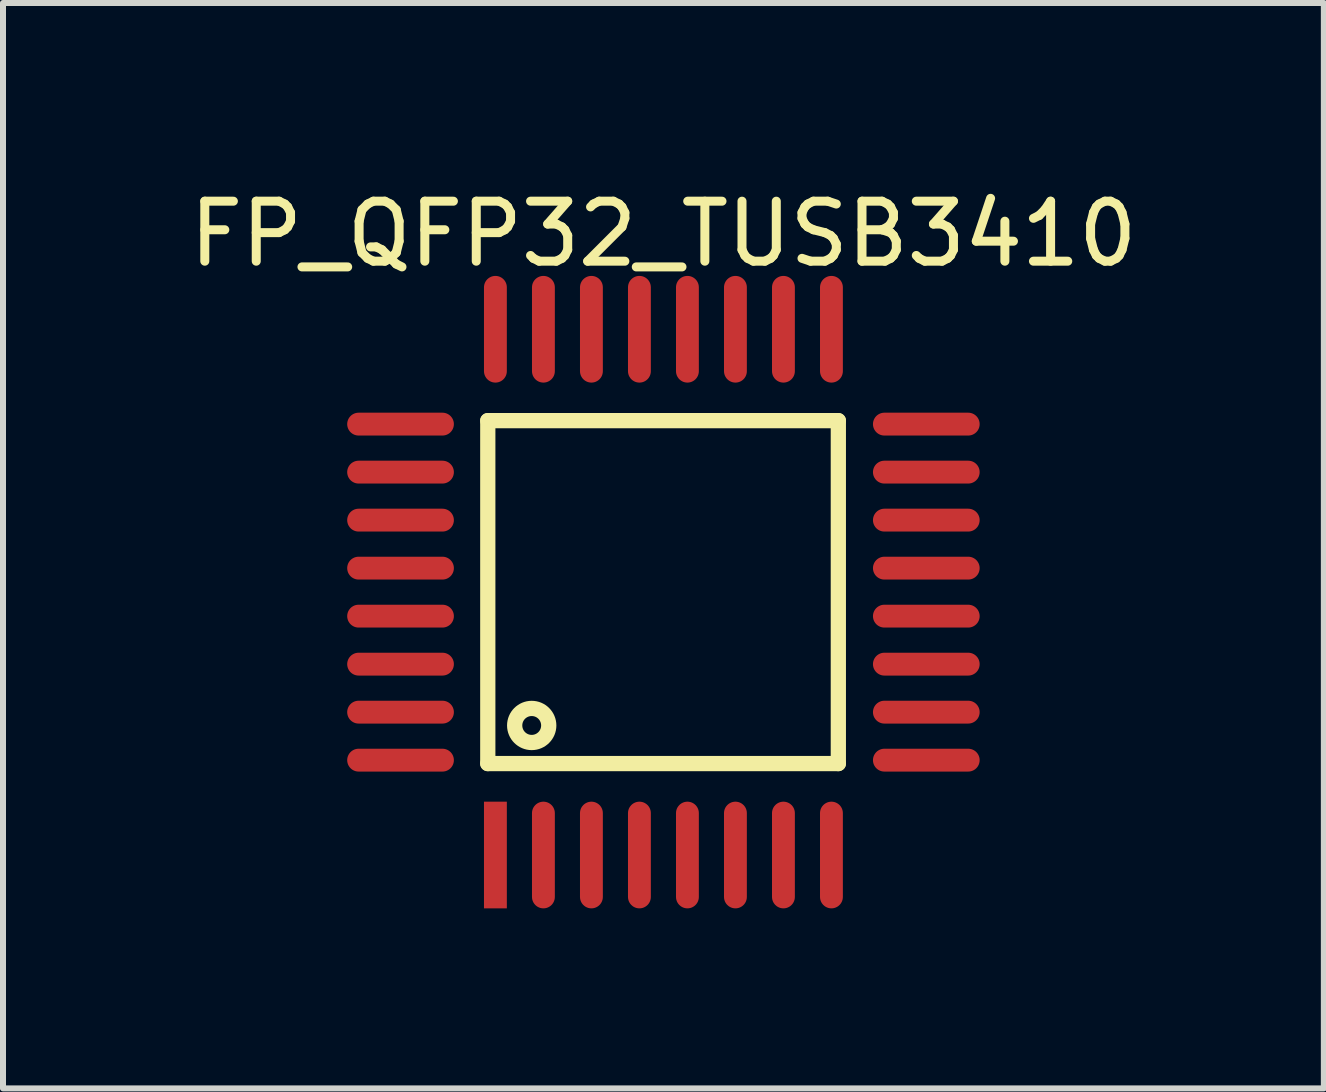
<source format=kicad_pcb>
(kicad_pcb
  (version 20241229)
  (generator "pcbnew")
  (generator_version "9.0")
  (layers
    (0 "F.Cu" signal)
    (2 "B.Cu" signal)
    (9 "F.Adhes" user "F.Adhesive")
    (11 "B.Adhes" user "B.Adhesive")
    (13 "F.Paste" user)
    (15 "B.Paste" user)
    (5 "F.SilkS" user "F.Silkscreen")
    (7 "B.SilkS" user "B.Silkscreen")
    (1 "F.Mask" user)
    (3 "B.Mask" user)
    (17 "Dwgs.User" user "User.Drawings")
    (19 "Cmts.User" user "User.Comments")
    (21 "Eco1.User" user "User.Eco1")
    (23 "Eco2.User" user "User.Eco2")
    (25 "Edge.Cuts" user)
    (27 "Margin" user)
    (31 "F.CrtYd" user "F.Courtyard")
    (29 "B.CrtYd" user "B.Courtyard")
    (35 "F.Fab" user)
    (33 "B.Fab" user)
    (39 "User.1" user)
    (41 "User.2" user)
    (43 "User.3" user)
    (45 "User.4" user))
  (footprint "FP_QFP32_TUSB3410"
    (layer "F.Cu")
    (at 5.206 10.818)
    (property "Reference" "FP_QFP32_TUSB3410" (at 2.8 -9.97 0) (layer "F.SilkS") (effects (font (size 1 1) (thickness 0.15))))
    (fp_line (start -0.127 -6.858) (end 5.715 -6.858) (stroke (width 0.254) (type solid)) (layer "F.SilkS"))
    (fp_line (start -0.127 -1.143) (end -0.127 -6.858) (stroke (width 0.254) (type solid)) (layer "F.SilkS"))
    (fp_line (start -0.127 -1.143) (end 5.715 -1.143) (stroke (width 0.254) (type solid)) (layer "F.SilkS"))
    (fp_line (start 5.715 -1.143) (end 5.715 -6.858) (stroke (width 0.254) (type solid)) (layer "F.SilkS"))
    (fp_circle (center 0.605 -1.778) (end 0.605 -2.062) (stroke (width 0.254) (type solid)) (fill no) (layer "F.SilkS"))
    (pad "1" smd rect (at 0 0.381) (size 0.381 1.778) (layers "F.Cu" "F.Mask" "F.Paste"))
    (pad "2" smd oval (at 0.8 0.381) (size 0.381 1.778) (layers "F.Cu" "F.Mask" "F.Paste"))
    (pad "3" smd oval (at 1.6 0.381) (size 0.381 1.778) (layers "F.Cu" "F.Mask" "F.Paste"))
    (pad "4" smd oval (at 2.4 0.381) (size 0.381 1.778) (layers "F.Cu" "F.Mask" "F.Paste"))
    (pad "5" smd oval (at 3.2 0.381) (size 0.381 1.778) (layers "F.Cu" "F.Mask" "F.Paste"))
    (pad "6" smd oval (at 4 0.381) (size 0.381 1.778) (layers "F.Cu" "F.Mask" "F.Paste"))
    (pad "7" smd oval (at 4.8 0.381) (size 0.381 1.778) (layers "F.Cu" "F.Mask" "F.Paste"))
    (pad "8" smd oval (at 5.6 0.381) (size 0.381 1.778) (layers "F.Cu" "F.Mask" "F.Paste"))
    (pad "9" smd oval (at 7.181 -1.2 90) (size 0.381 1.778) (layers "F.Cu" "F.Mask" "F.Paste"))
    (pad "10" smd oval (at 7.181 -2 90) (size 0.381 1.778) (layers "F.Cu" "F.Mask" "F.Paste"))
    (pad "11" smd oval (at 7.181 -2.8 90) (size 0.381 1.778) (layers "F.Cu" "F.Mask" "F.Paste"))
    (pad "12" smd oval (at 7.181 -3.6 90) (size 0.381 1.778) (layers "F.Cu" "F.Mask" "F.Paste"))
    (pad "13" smd oval (at 7.181 -4.4 90) (size 0.381 1.778) (layers "F.Cu" "F.Mask" "F.Paste"))
    (pad "14" smd oval (at 7.181 -5.2 90) (size 0.381 1.778) (layers "F.Cu" "F.Mask" "F.Paste"))
    (pad "15" smd oval (at 7.181 -6 90) (size 0.381 1.778) (layers "F.Cu" "F.Mask" "F.Paste"))
    (pad "16" smd oval (at 7.181 -6.8 90) (size 0.381 1.778) (layers "F.Cu" "F.Mask" "F.Paste"))
    (pad "17" smd oval (at 5.6 -8.381 180) (size 0.381 1.778) (layers "F.Cu" "F.Mask" "F.Paste"))
    (pad "18" smd oval (at 4.8 -8.381 180) (size 0.381 1.778) (layers "F.Cu" "F.Mask" "F.Paste"))
    (pad "19" smd oval (at 4 -8.381 180) (size 0.381 1.778) (layers "F.Cu" "F.Mask" "F.Paste"))
    (pad "20" smd oval (at 3.2 -8.381 180) (size 0.381 1.778) (layers "F.Cu" "F.Mask" "F.Paste"))
    (pad "21" smd oval (at 2.4 -8.381 180) (size 0.381 1.778) (layers "F.Cu" "F.Mask" "F.Paste"))
    (pad "22" smd oval (at 1.6 -8.381 180) (size 0.381 1.778) (layers "F.Cu" "F.Mask" "F.Paste"))
    (pad "23" smd oval (at 0.8 -8.381 180) (size 0.381 1.778) (layers "F.Cu" "F.Mask" "F.Paste"))
    (pad "24" smd oval (at 0 -8.381 180) (size 0.381 1.778) (layers "F.Cu" "F.Mask" "F.Paste"))
    (pad "25" smd oval (at -1.581 -6.8 270) (size 0.381 1.778) (layers "F.Cu" "F.Mask" "F.Paste"))
    (pad "26" smd oval (at -1.581 -6 270) (size 0.381 1.778) (layers "F.Cu" "F.Mask" "F.Paste"))
    (pad "27" smd oval (at -1.581 -5.2 270) (size 0.381 1.778) (layers "F.Cu" "F.Mask" "F.Paste"))
    (pad "28" smd oval (at -1.581 -4.4 270) (size 0.381 1.778) (layers "F.Cu" "F.Mask" "F.Paste"))
    (pad "29" smd oval (at -1.581 -3.6 270) (size 0.381 1.778) (layers "F.Cu" "F.Mask" "F.Paste"))
    (pad "30" smd oval (at -1.581 -2.8 90) (size 0.381 1.778) (layers "F.Cu" "F.Mask" "F.Paste"))
    (pad "31" smd oval (at -1.581 -2 270) (size 0.381 1.778) (layers "F.Cu" "F.Mask" "F.Paste"))
    (pad "32" smd oval (at -1.581 -1.2 270) (size 0.381 1.778) (layers "F.Cu" "F.Mask" "F.Paste")))
  (gr_rect
    (start -3 -3)
    (end 19.012 15.088)
    (stroke (width 0.1) (type default))
    (fill no)
    (layer "Edge.Cuts")))
</source>
